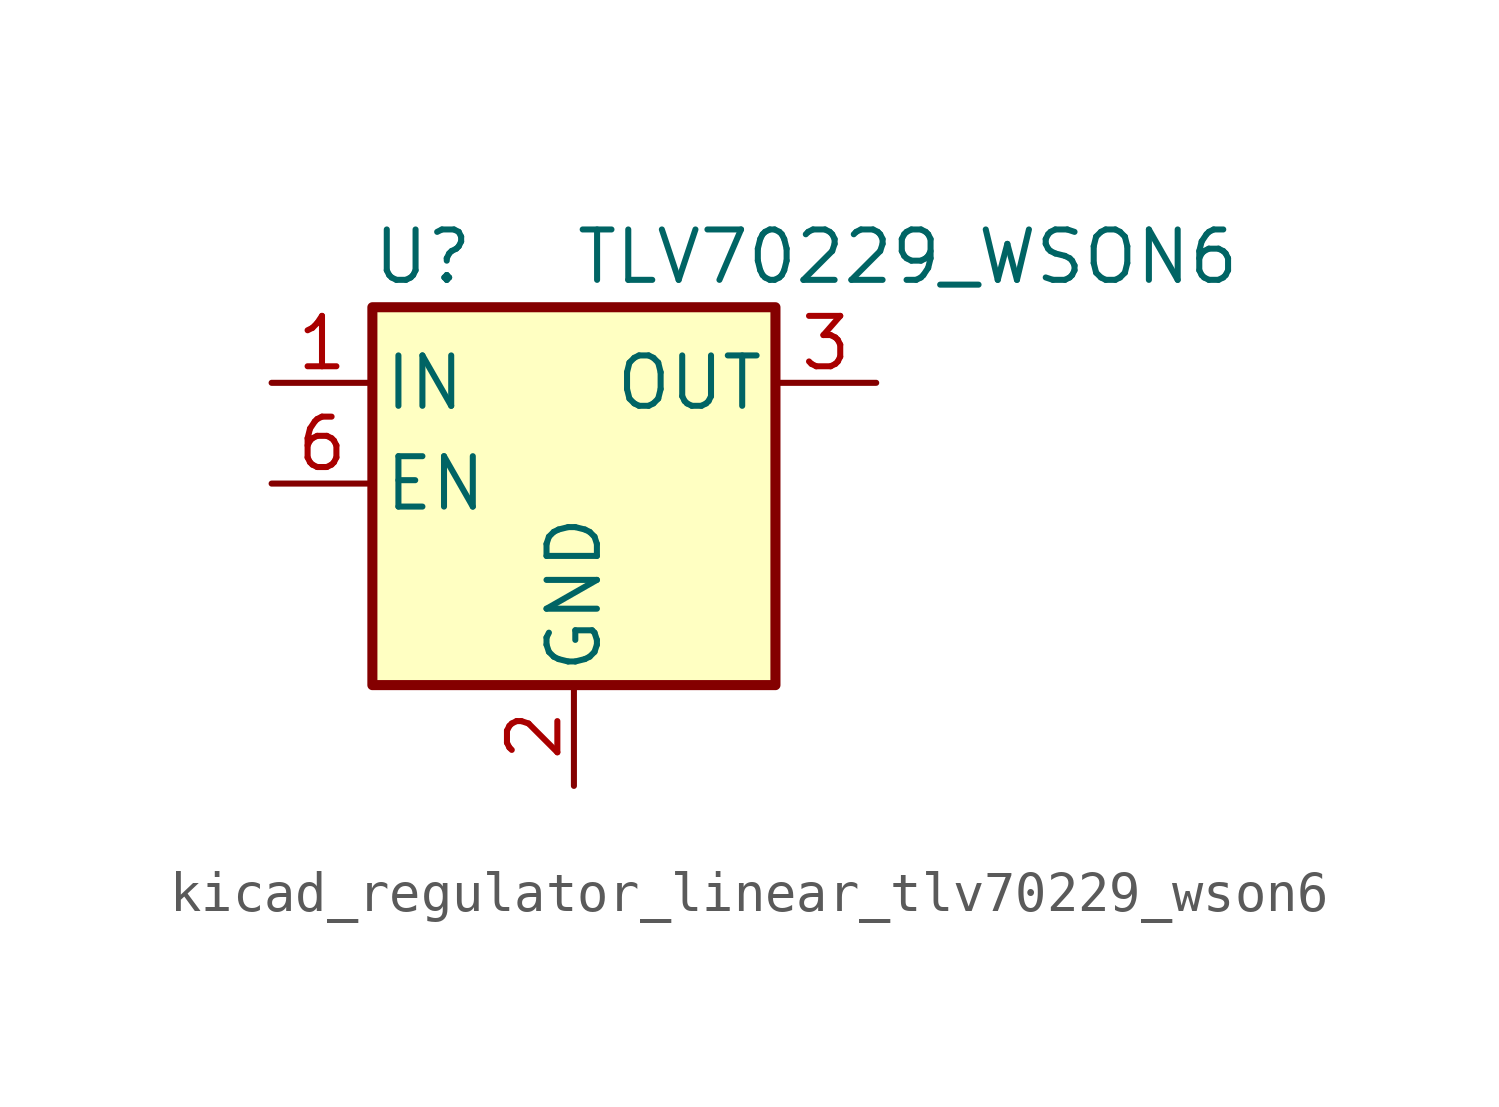
<source format=kicad_sym>
(kicad_symbol_lib
  (version 20220914)
  (generator kicad_symbol_editor)
  (symbol "kicad_regulator_linear_tlv70229_wson6"
    (pin_names
      (offset 0.254))
    (property "Reference" "U"
      (at -3.81 5.715 0)
      (effects (font (size 1.27 1.27))))
    (property "Value" "TLV70229_WSON6"
      (at 0 5.715 0)
      (effects (font (size 1.27 1.27)) (justify left)))
    (symbol "kicad_regulator_linear_tlv70229_wson6_0_1"
      (rectangle (start -5.08 4.445) (end 5.08 -5.08) (stroke (width 0.254) (type default)) (fill (type background))))
    (symbol "kicad_regulator_linear_tlv70229_wson6_1_1"
      (pin power_in line (at -7.62 2.54 0) (length 2.54) (name "IN" (effects (font (size 1.27 1.27)))) (number "1" (effects (font (size 1.27 1.27)))))
      (pin power_in line (at 0 -7.62 90) (length 2.54) (name "GND" (effects (font (size 1.27 1.27)))) (number "2" (effects (font (size 1.27 1.27)))))
      (pin power_out line (at 7.62 2.54 180) (length 2.54) (name "OUT" (effects (font (size 1.27 1.27)))) (number "3" (effects (font (size 1.27 1.27)))))
      (pin no_connect line (at 7.62 0 180) (length 2.54) hide (name "NC" (effects (font (size 1.27 1.27)))) (number "4" (effects (font (size 1.27 1.27)))))
      (pin no_connect line (at -2.54 -5.08 90) (length 2.54) hide (name "NC" (effects (font (size 1.27 1.27)))) (number "5" (effects (font (size 1.27 1.27)))))
      (pin input line (at -7.62 0 0) (length 2.54) (name "EN" (effects (font (size 1.27 1.27)))) (number "6" (effects (font (size 1.27 1.27))))))))
</source>
